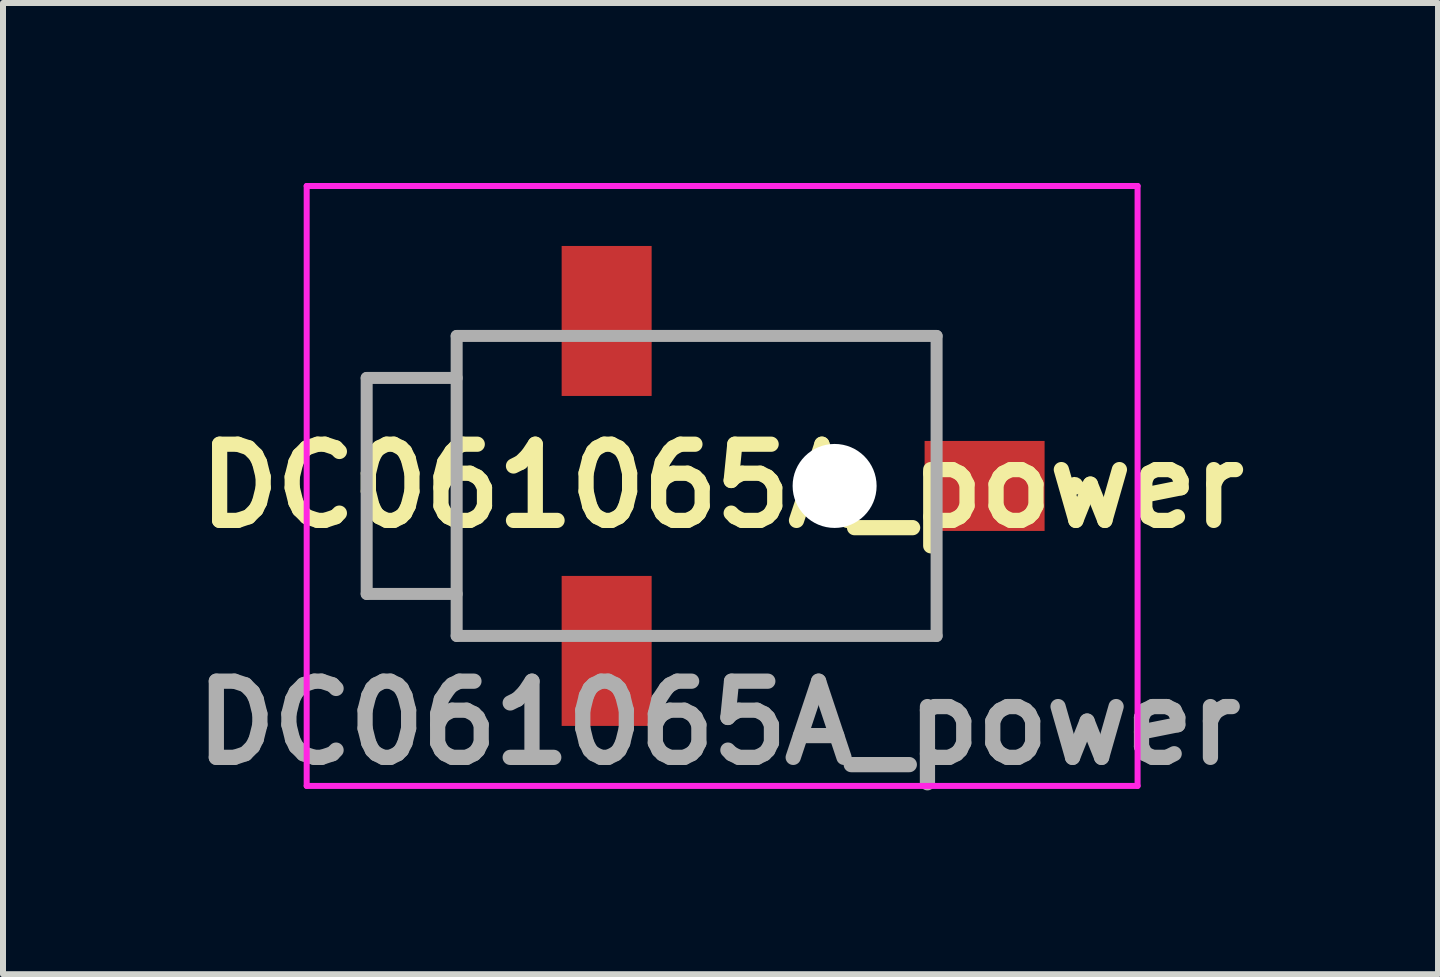
<source format=kicad_pcb>
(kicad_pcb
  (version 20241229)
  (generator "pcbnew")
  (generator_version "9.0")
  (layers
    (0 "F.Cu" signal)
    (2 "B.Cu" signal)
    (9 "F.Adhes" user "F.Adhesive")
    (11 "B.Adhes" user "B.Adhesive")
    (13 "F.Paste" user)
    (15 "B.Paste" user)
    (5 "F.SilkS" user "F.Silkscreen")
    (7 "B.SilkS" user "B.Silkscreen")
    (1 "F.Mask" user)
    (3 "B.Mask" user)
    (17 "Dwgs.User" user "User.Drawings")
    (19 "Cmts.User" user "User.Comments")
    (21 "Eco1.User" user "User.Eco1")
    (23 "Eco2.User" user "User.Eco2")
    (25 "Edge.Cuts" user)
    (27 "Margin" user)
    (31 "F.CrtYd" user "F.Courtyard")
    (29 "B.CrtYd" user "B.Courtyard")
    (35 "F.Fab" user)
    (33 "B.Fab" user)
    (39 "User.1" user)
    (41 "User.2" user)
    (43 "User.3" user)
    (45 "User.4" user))
  (footprint "DC061065A_power"
    (layer "F.Cu")
    (at 8.212 5.05)
    (property "Reference" "DC061065A_power" (at 0.775 0 0) (layer "F.SilkS") (effects (font (size 1.27 1.27) (thickness 0.254))))
    (attr smd)
    (fp_line (start -3.65 -2.5) (end -3.65 2.5) (stroke (width 0.1) (type solid)) (layer "F.SilkS"))
    (fp_line (start 4.35 -2.5) (end -0.05 -2.5) (stroke (width 0.1) (type solid)) (layer "F.SilkS"))
    (fp_line (start 4.35 2.5) (end 0.25 2.5) (stroke (width 0.1) (type solid)) (layer "F.SilkS"))
    (fp_line (start 6.6 0) (end 6.6 0) (stroke (width 0.2) (type solid)) (layer "F.SilkS"))
    (fp_line (start 6.7 0) (end 6.7 0) (stroke (width 0.2) (type solid)) (layer "F.SilkS"))
    (fp_arc (start 6.6 0) (mid 6.65 -0.05) (end 6.7 0) (stroke (width 0.2) (type solid)) (layer "F.SilkS"))
    (fp_arc (start 6.7 0) (mid 6.65 0.05) (end 6.6 0) (stroke (width 0.2) (type solid)) (layer "F.SilkS"))
    (fp_line (start -6.15 -5) (end 7.7 -5) (stroke (width 0.1) (type solid)) (layer "F.CrtYd"))
    (fp_line (start -6.15 5) (end -6.15 -5) (stroke (width 0.1) (type solid)) (layer "F.CrtYd"))
    (fp_line (start 7.7 -5) (end 7.7 5) (stroke (width 0.1) (type solid)) (layer "F.CrtYd"))
    (fp_line (start 7.7 5) (end -6.15 5) (stroke (width 0.1) (type solid)) (layer "F.CrtYd"))
    (fp_line (start -5.15 -1.8) (end -5.15 1.8) (stroke (width 0.2) (type solid)) (layer "F.Fab"))
    (fp_line (start -5.15 1.8) (end -3.65 1.8) (stroke (width 0.2) (type solid)) (layer "F.Fab"))
    (fp_line (start -3.65 -2.5) (end 4.35 -2.5) (stroke (width 0.2) (type solid)) (layer "F.Fab"))
    (fp_line (start -3.65 -1.8) (end -5.15 -1.8) (stroke (width 0.2) (type solid)) (layer "F.Fab"))
    (fp_line (start -3.65 2.5) (end -3.65 -2.5) (stroke (width 0.2) (type solid)) (layer "F.Fab"))
    (fp_line (start 4.35 -2.5) (end 4.35 2.5) (stroke (width 0.2) (type solid)) (layer "F.Fab"))
    (fp_line (start 4.35 2.5) (end -3.65 2.5) (stroke (width 0.2) (type solid)) (layer "F.Fab"))
    (fp_text user "${REFERENCE}" (at 0.72 3.95 0) (layer "F.Fab") (effects (font (size 1.27 1.27) (thickness 0.254))))
    (pad "" np_thru_hole circle (at 2.65 0) (size 1.4 1.4) (drill 1.4) (layers "*.Cu" "*.Mask"))
    (pad "A1" smd rect (at 5.15 0 90) (size 1.5 2) (layers "F.Cu" "F.Mask" "F.Paste"))
    (pad "A2" smd rect (at -1.15 -2.75) (size 1.5 2.5) (layers "F.Cu" "F.Mask" "F.Paste"))
    (pad "B2" smd rect (at -1.15 2.75) (size 1.5 2.5) (layers "F.Cu" "F.Mask" "F.Paste")))
  (gr_rect
    (start -3 -3)
    (end 20.92 13.189)
    (stroke (width 0.1) (type default))
    (fill no)
    (layer "Edge.Cuts")))
</source>
